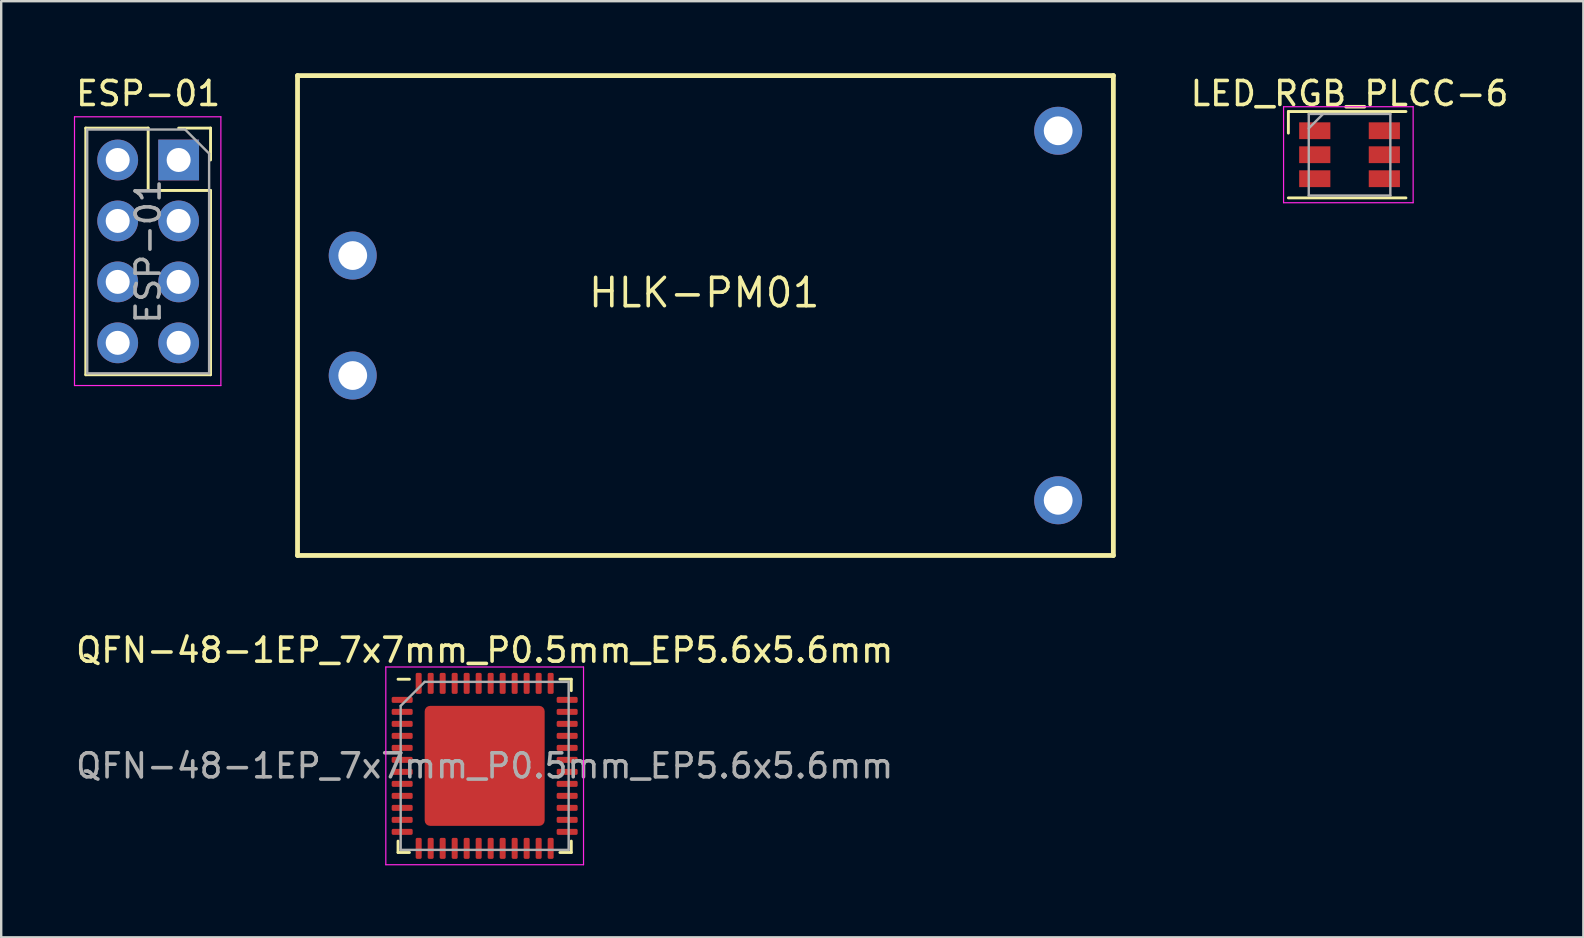
<source format=kicad_pcb>
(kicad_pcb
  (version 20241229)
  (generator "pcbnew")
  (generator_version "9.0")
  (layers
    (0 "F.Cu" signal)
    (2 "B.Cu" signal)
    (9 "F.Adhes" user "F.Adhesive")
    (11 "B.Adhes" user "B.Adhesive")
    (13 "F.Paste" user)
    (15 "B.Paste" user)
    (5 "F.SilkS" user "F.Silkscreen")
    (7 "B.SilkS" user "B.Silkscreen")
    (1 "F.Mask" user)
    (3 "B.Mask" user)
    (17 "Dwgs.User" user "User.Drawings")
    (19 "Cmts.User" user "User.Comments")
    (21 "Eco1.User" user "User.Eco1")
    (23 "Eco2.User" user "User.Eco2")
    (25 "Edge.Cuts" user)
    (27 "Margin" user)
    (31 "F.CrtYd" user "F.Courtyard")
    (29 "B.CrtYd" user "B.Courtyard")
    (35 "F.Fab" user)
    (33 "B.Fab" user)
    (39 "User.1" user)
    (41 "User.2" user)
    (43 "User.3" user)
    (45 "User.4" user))
  (footprint "HLK-PM01"
    (layer "F.Cu")
    (at 26.35 10.1)
    (property "Reference" "HLK-PM01" (at -0.05 -0.95 0) (layer "F.SilkS") (effects (font (size 1.181 1.181) (thickness 0.15))))
    (attr through_hole)
    (fp_line (start -17 -10) (end -17 10) (stroke (width 0.2) (type solid)) (layer "F.SilkS"))
    (fp_line (start -17 10) (end 17 10) (stroke (width 0.2) (type solid)) (layer "F.SilkS"))
    (fp_line (start 17 -10) (end -17 -10) (stroke (width 0.2) (type solid)) (layer "F.SilkS"))
    (fp_line (start 17 10) (end 17 -10) (stroke (width 0.2) (type solid)) (layer "F.SilkS"))
    (pad "1" thru_hole circle (at -14.7 -2.5) (size 2 2) (drill 1.2) (layers "*.Cu" "*.Mask"))
    (pad "2" thru_hole circle (at -14.7 2.5) (size 2 2) (drill 1.2) (layers "*.Cu" "*.Mask"))
    (pad "3" thru_hole circle (at 14.7 -7.7) (size 2 2) (drill 1.2) (layers "*.Cu" "*.Mask"))
    (pad "4" thru_hole circle (at 14.7 7.7) (size 2 2) (drill 1.2) (layers "*.Cu" "*.Mask")))
  (footprint "LED_RGB_PLCC-6"
    (layer "F.Cu")
    (at 53.194 3.398)
    (property "Reference" "LED_RGB_PLCC-6" (at 0 -2.55 180) (layer "F.SilkS") (effects (font (size 1 1) (thickness 0.15))))
    (attr smd)
    (fp_line (start -2.55 -1.8) (end -2.55 -0.9) (stroke (width 0.12) (type solid)) (layer "F.SilkS"))
    (fp_line (start -2.55 1.8) (end 2.35 1.8) (stroke (width 0.12) (type solid)) (layer "F.SilkS"))
    (fp_line (start 2.35 -1.8) (end -2.55 -1.8) (stroke (width 0.12) (type solid)) (layer "F.SilkS"))
    (fp_line (start -2.75 -2) (end -2.75 2) (stroke (width 0.05) (type solid)) (layer "F.CrtYd"))
    (fp_line (start -2.75 -2) (end 2.65 -2) (stroke (width 0.05) (type solid)) (layer "F.CrtYd"))
    (fp_line (start -2.75 2) (end 2.65 2) (stroke (width 0.05) (type solid)) (layer "F.CrtYd"))
    (fp_line (start 2.65 -2) (end 2.65 2) (stroke (width 0.05) (type solid)) (layer "F.CrtYd"))
    (fp_line (start -1.7 -1.7) (end -1.7 1.7) (stroke (width 0.1) (type solid)) (layer "F.Fab"))
    (fp_line (start -1.7 -1.1) (end -1.1 -1.7) (stroke (width 0.1) (type solid)) (layer "F.Fab"))
    (fp_line (start -1.7 1.7) (end 1.7 1.7) (stroke (width 0.1) (type solid)) (layer "F.Fab"))
    (fp_line (start 1.7 -1.7) (end -1.7 -1.7) (stroke (width 0.1) (type solid)) (layer "F.Fab"))
    (fp_line (start 1.7 1.7) (end 1.7 -1.7) (stroke (width 0.1) (type solid)) (layer "F.Fab"))
    (pad "1" smd rect (at -1.45 -1 90) (size 0.7 1.3) (layers "F.Cu" "F.Mask" "F.Paste"))
    (pad "2" smd rect (at -1.45 0 90) (size 0.7 1.3) (layers "F.Cu" "F.Mask" "F.Paste"))
    (pad "3" smd rect (at -1.45 1 90) (size 0.7 1.3) (layers "F.Cu" "F.Mask" "F.Paste"))
    (pad "4" smd rect (at 1.45 1 90) (size 0.7 1.3) (layers "F.Cu" "F.Mask" "F.Paste"))
    (pad "5" smd rect (at 1.45 0 90) (size 0.7 1.3) (layers "F.Cu" "F.Mask" "F.Paste"))
    (pad "6" smd rect (at 1.45 -1 90) (size 0.7 1.3) (layers "F.Cu" "F.Mask" "F.Paste")))
  (footprint "QFN-48-1EP_7x7mm_P0.5mm_EP5.6x5.6mm"
    (layer "F.Cu")
    (at 17.149 28.868)
    (property "Reference" "QFN-48-1EP_7x7mm_P0.5mm_EP5.6x5.6mm" (at 0 -4.82 0) (layer "F.SilkS") (effects (font (size 1 1) (thickness 0.15))))
    (attr smd)
    (fp_line (start -3.61 3.61) (end -3.61 3.135) (stroke (width 0.12) (type solid)) (layer "F.SilkS"))
    (fp_line (start -3.135 -3.61) (end -3.61 -3.61) (stroke (width 0.12) (type solid)) (layer "F.SilkS"))
    (fp_line (start -3.135 3.61) (end -3.61 3.61) (stroke (width 0.12) (type solid)) (layer "F.SilkS"))
    (fp_line (start 3.135 -3.61) (end 3.61 -3.61) (stroke (width 0.12) (type solid)) (layer "F.SilkS"))
    (fp_line (start 3.135 3.61) (end 3.61 3.61) (stroke (width 0.12) (type solid)) (layer "F.SilkS"))
    (fp_line (start 3.61 -3.61) (end 3.61 -3.135) (stroke (width 0.12) (type solid)) (layer "F.SilkS"))
    (fp_line (start 3.61 3.61) (end 3.61 3.135) (stroke (width 0.12) (type solid)) (layer "F.SilkS"))
    (fp_line (start -4.12 -4.12) (end -4.12 4.12) (stroke (width 0.05) (type solid)) (layer "F.CrtYd"))
    (fp_line (start -4.12 4.12) (end 4.12 4.12) (stroke (width 0.05) (type solid)) (layer "F.CrtYd"))
    (fp_line (start 4.12 -4.12) (end -4.12 -4.12) (stroke (width 0.05) (type solid)) (layer "F.CrtYd"))
    (fp_line (start 4.12 4.12) (end 4.12 -4.12) (stroke (width 0.05) (type solid)) (layer "F.CrtYd"))
    (fp_line (start -3.5 -2.5) (end -2.5 -3.5) (stroke (width 0.1) (type solid)) (layer "F.Fab"))
    (fp_line (start -3.5 3.5) (end -3.5 -2.5) (stroke (width 0.1) (type solid)) (layer "F.Fab"))
    (fp_line (start -2.5 -3.5) (end 3.5 -3.5) (stroke (width 0.1) (type solid)) (layer "F.Fab"))
    (fp_line (start 3.5 -3.5) (end 3.5 3.5) (stroke (width 0.1) (type solid)) (layer "F.Fab"))
    (fp_line (start 3.5 3.5) (end -3.5 3.5) (stroke (width 0.1) (type solid)) (layer "F.Fab"))
    (fp_text user "${REFERENCE}" (at 0 0 0) (layer "F.Fab") (effects (font (size 1 1) (thickness 0.15))))
    (pad "" smd roundrect (at -0.7 -0.7) (size 1.13 1.13) (layers "F.Paste") (roundrect_rratio 0.221))
    (pad "" smd roundrect (at -0.7 0.7) (size 1.13 1.13) (layers "F.Paste") (roundrect_rratio 0.221))
    (pad "" smd roundrect (at 0.7 -0.7) (size 1.13 1.13) (layers "F.Paste") (roundrect_rratio 0.221))
    (pad "" smd roundrect (at 0.7 0.7) (size 1.13 1.13) (layers "F.Paste") (roundrect_rratio 0.221))
    (pad "1" smd roundrect (at -3.438 -2.75) (size 0.875 0.25) (layers "F.Cu" "F.Mask" "F.Paste") (roundrect_rratio 0.25))
    (pad "2" smd roundrect (at -3.438 -2.25) (size 0.875 0.25) (layers "F.Cu" "F.Mask" "F.Paste") (roundrect_rratio 0.25))
    (pad "3" smd roundrect (at -3.438 -1.75) (size 0.875 0.25) (layers "F.Cu" "F.Mask" "F.Paste") (roundrect_rratio 0.25))
    (pad "4" smd roundrect (at -3.438 -1.25) (size 0.875 0.25) (layers "F.Cu" "F.Mask" "F.Paste") (roundrect_rratio 0.25))
    (pad "5" smd roundrect (at -3.438 -0.75) (size 0.875 0.25) (layers "F.Cu" "F.Mask" "F.Paste") (roundrect_rratio 0.25))
    (pad "6" smd roundrect (at -3.438 -0.25) (size 0.875 0.25) (layers "F.Cu" "F.Mask" "F.Paste") (roundrect_rratio 0.25))
    (pad "7" smd roundrect (at -3.438 0.25) (size 0.875 0.25) (layers "F.Cu" "F.Mask" "F.Paste") (roundrect_rratio 0.25))
    (pad "8" smd roundrect (at -3.438 0.75) (size 0.875 0.25) (layers "F.Cu" "F.Mask" "F.Paste") (roundrect_rratio 0.25))
    (pad "9" smd roundrect (at -3.438 1.25) (size 0.875 0.25) (layers "F.Cu" "F.Mask" "F.Paste") (roundrect_rratio 0.25))
    (pad "10" smd roundrect (at -3.438 1.75) (size 0.875 0.25) (layers "F.Cu" "F.Mask" "F.Paste") (roundrect_rratio 0.25))
    (pad "11" smd roundrect (at -3.438 2.25) (size 0.875 0.25) (layers "F.Cu" "F.Mask" "F.Paste") (roundrect_rratio 0.25))
    (pad "12" smd roundrect (at -3.438 2.75) (size 0.875 0.25) (layers "F.Cu" "F.Mask" "F.Paste") (roundrect_rratio 0.25))
    (pad "13" smd roundrect (at -2.75 3.438) (size 0.25 0.875) (layers "F.Cu" "F.Mask" "F.Paste") (roundrect_rratio 0.25))
    (pad "14" smd roundrect (at -2.25 3.438) (size 0.25 0.875) (layers "F.Cu" "F.Mask" "F.Paste") (roundrect_rratio 0.25))
    (pad "15" smd roundrect (at -1.75 3.438) (size 0.25 0.875) (layers "F.Cu" "F.Mask" "F.Paste") (roundrect_rratio 0.25))
    (pad "16" smd roundrect (at -1.25 3.438) (size 0.25 0.875) (layers "F.Cu" "F.Mask" "F.Paste") (roundrect_rratio 0.25))
    (pad "17" smd roundrect (at -0.75 3.438) (size 0.25 0.875) (layers "F.Cu" "F.Mask" "F.Paste") (roundrect_rratio 0.25))
    (pad "18" smd roundrect (at -0.25 3.438) (size 0.25 0.875) (layers "F.Cu" "F.Mask" "F.Paste") (roundrect_rratio 0.25))
    (pad "19" smd roundrect (at 0.25 3.438) (size 0.25 0.875) (layers "F.Cu" "F.Mask" "F.Paste") (roundrect_rratio 0.25))
    (pad "20" smd roundrect (at 0.75 3.438) (size 0.25 0.875) (layers "F.Cu" "F.Mask" "F.Paste") (roundrect_rratio 0.25))
    (pad "21" smd roundrect (at 1.25 3.438) (size 0.25 0.875) (layers "F.Cu" "F.Mask" "F.Paste") (roundrect_rratio 0.25))
    (pad "22" smd roundrect (at 1.75 3.438) (size 0.25 0.875) (layers "F.Cu" "F.Mask" "F.Paste") (roundrect_rratio 0.25))
    (pad "23" smd roundrect (at 2.25 3.438) (size 0.25 0.875) (layers "F.Cu" "F.Mask" "F.Paste") (roundrect_rratio 0.25))
    (pad "24" smd roundrect (at 2.75 3.438) (size 0.25 0.875) (layers "F.Cu" "F.Mask" "F.Paste") (roundrect_rratio 0.25))
    (pad "25" smd roundrect (at 3.438 2.75) (size 0.875 0.25) (layers "F.Cu" "F.Mask" "F.Paste") (roundrect_rratio 0.25))
    (pad "26" smd roundrect (at 3.438 2.25) (size 0.875 0.25) (layers "F.Cu" "F.Mask" "F.Paste") (roundrect_rratio 0.25))
    (pad "27" smd roundrect (at 3.438 1.75) (size 0.875 0.25) (layers "F.Cu" "F.Mask" "F.Paste") (roundrect_rratio 0.25))
    (pad "28" smd roundrect (at 3.438 1.25) (size 0.875 0.25) (layers "F.Cu" "F.Mask" "F.Paste") (roundrect_rratio 0.25))
    (pad "29" smd roundrect (at 3.438 0.75) (size 0.875 0.25) (layers "F.Cu" "F.Mask" "F.Paste") (roundrect_rratio 0.25))
    (pad "30" smd roundrect (at 3.438 0.25) (size 0.875 0.25) (layers "F.Cu" "F.Mask" "F.Paste") (roundrect_rratio 0.25))
    (pad "31" smd roundrect (at 3.438 -0.25) (size 0.875 0.25) (layers "F.Cu" "F.Mask" "F.Paste") (roundrect_rratio 0.25))
    (pad "32" smd roundrect (at 3.438 -0.75) (size 0.875 0.25) (layers "F.Cu" "F.Mask" "F.Paste") (roundrect_rratio 0.25))
    (pad "33" smd roundrect (at 3.438 -1.25) (size 0.875 0.25) (layers "F.Cu" "F.Mask" "F.Paste") (roundrect_rratio 0.25))
    (pad "34" smd roundrect (at 3.438 -1.75) (size 0.875 0.25) (layers "F.Cu" "F.Mask" "F.Paste") (roundrect_rratio 0.25))
    (pad "35" smd roundrect (at 3.438 -2.25) (size 0.875 0.25) (layers "F.Cu" "F.Mask" "F.Paste") (roundrect_rratio 0.25))
    (pad "36" smd roundrect (at 3.438 -2.75) (size 0.875 0.25) (layers "F.Cu" "F.Mask" "F.Paste") (roundrect_rratio 0.25))
    (pad "37" smd roundrect (at 2.75 -3.438) (size 0.25 0.875) (layers "F.Cu" "F.Mask" "F.Paste") (roundrect_rratio 0.25))
    (pad "38" smd roundrect (at 2.25 -3.438) (size 0.25 0.875) (layers "F.Cu" "F.Mask" "F.Paste") (roundrect_rratio 0.25))
    (pad "39" smd roundrect (at 1.75 -3.438) (size 0.25 0.875) (layers "F.Cu" "F.Mask" "F.Paste") (roundrect_rratio 0.25))
    (pad "40" smd roundrect (at 1.25 -3.438) (size 0.25 0.875) (layers "F.Cu" "F.Mask" "F.Paste") (roundrect_rratio 0.25))
    (pad "41" smd roundrect (at 0.75 -3.438) (size 0.25 0.875) (layers "F.Cu" "F.Mask" "F.Paste") (roundrect_rratio 0.25))
    (pad "42" smd roundrect (at 0.25 -3.438) (size 0.25 0.875) (layers "F.Cu" "F.Mask" "F.Paste") (roundrect_rratio 0.25))
    (pad "43" smd roundrect (at -0.25 -3.438) (size 0.25 0.875) (layers "F.Cu" "F.Mask" "F.Paste") (roundrect_rratio 0.25))
    (pad "44" smd roundrect (at -0.75 -3.438) (size 0.25 0.875) (layers "F.Cu" "F.Mask" "F.Paste") (roundrect_rratio 0.25))
    (pad "45" smd roundrect (at -1.25 -3.438) (size 0.25 0.875) (layers "F.Cu" "F.Mask" "F.Paste") (roundrect_rratio 0.25))
    (pad "46" smd roundrect (at -1.75 -3.438) (size 0.25 0.875) (layers "F.Cu" "F.Mask" "F.Paste") (roundrect_rratio 0.25))
    (pad "47" smd roundrect (at -2.25 -3.438) (size 0.25 0.875) (layers "F.Cu" "F.Mask" "F.Paste") (roundrect_rratio 0.25))
    (pad "48" smd roundrect (at -2.75 -3.438) (size 0.25 0.875) (layers "F.Cu" "F.Mask" "F.Paste") (roundrect_rratio 0.25))
    (pad "49" smd roundrect (at 0 0) (size 5 5) (layers "F.Cu" "F.Mask") (roundrect_rratio 0.045)))
  (footprint "ESP-01"
    (layer "F.Cu")
    (at 4.395 3.618)
    (property "Reference" "ESP-01" (at -1.27 -2.77 0) (layer "F.SilkS") (effects (font (size 1 1) (thickness 0.15))))
    (attr through_hole)
    (fp_line (start -3.87 -1.33) (end -3.87 8.95) (stroke (width 0.12) (type solid)) (layer "F.SilkS"))
    (fp_line (start -3.87 -1.33) (end -1.27 -1.33) (stroke (width 0.12) (type solid)) (layer "F.SilkS"))
    (fp_line (start -3.87 8.95) (end 1.33 8.95) (stroke (width 0.12) (type solid)) (layer "F.SilkS"))
    (fp_line (start -1.27 -1.33) (end -1.27 1.27) (stroke (width 0.12) (type solid)) (layer "F.SilkS"))
    (fp_line (start -1.27 1.27) (end 1.33 1.27) (stroke (width 0.12) (type solid)) (layer "F.SilkS"))
    (fp_line (start 0 -1.33) (end 1.33 -1.33) (stroke (width 0.12) (type solid)) (layer "F.SilkS"))
    (fp_line (start 1.33 -1.33) (end 1.33 0) (stroke (width 0.12) (type solid)) (layer "F.SilkS"))
    (fp_line (start 1.33 1.27) (end 1.33 8.95) (stroke (width 0.12) (type solid)) (layer "F.SilkS"))
    (fp_line (start -4.34 -1.8) (end 1.76 -1.8) (stroke (width 0.05) (type solid)) (layer "F.CrtYd"))
    (fp_line (start -4.34 9.4) (end -4.34 -1.8) (stroke (width 0.05) (type solid)) (layer "F.CrtYd"))
    (fp_line (start 1.76 -1.8) (end 1.76 9.4) (stroke (width 0.05) (type solid)) (layer "F.CrtYd"))
    (fp_line (start 1.76 9.4) (end -4.34 9.4) (stroke (width 0.05) (type solid)) (layer "F.CrtYd"))
    (fp_line (start -3.81 -1.27) (end 0.27 -1.27) (stroke (width 0.1) (type solid)) (layer "F.Fab"))
    (fp_line (start -3.81 8.89) (end -3.81 -1.27) (stroke (width 0.1) (type solid)) (layer "F.Fab"))
    (fp_line (start 0.27 -1.27) (end 1.27 -0.27) (stroke (width 0.1) (type solid)) (layer "F.Fab"))
    (fp_line (start 1.27 -0.27) (end 1.27 8.89) (stroke (width 0.1) (type solid)) (layer "F.Fab"))
    (fp_line (start 1.27 8.89) (end -3.81 8.89) (stroke (width 0.1) (type solid)) (layer "F.Fab"))
    (fp_text user "${REFERENCE}" (at -1.27 3.81 90) (layer "F.Fab") (effects (font (size 1 1) (thickness 0.15))))
    (pad "1" thru_hole rect (at 0 0) (size 1.7 1.7) (drill 1) (layers "*.Cu" "*.Mask"))
    (pad "2" thru_hole oval (at 0 2.54) (size 1.7 1.7) (drill 1) (layers "*.Cu" "*.Mask"))
    (pad "3" thru_hole oval (at 0 5.08) (size 1.7 1.7) (drill 1) (layers "*.Cu" "*.Mask"))
    (pad "4" thru_hole oval (at 0 7.62) (size 1.7 1.7) (drill 1) (layers "*.Cu" "*.Mask"))
    (pad "5" thru_hole oval (at -2.54 7.62) (size 1.7 1.7) (drill 1) (layers "*.Cu" "*.Mask"))
    (pad "6" thru_hole oval (at -2.54 5.08) (size 1.7 1.7) (drill 1) (layers "*.Cu" "*.Mask"))
    (pad "7" thru_hole oval (at -2.54 2.54) (size 1.7 1.7) (drill 1) (layers "*.Cu" "*.Mask"))
    (pad "8" thru_hole oval (at -2.54 0) (size 1.7 1.7) (drill 1) (layers "*.Cu" "*.Mask")))
  (gr_rect
    (start -3 -3)
    (end 62.938 36.013)
    (stroke (width 0.1) (type default))
    (fill no)
    (layer "Edge.Cuts")))
</source>
